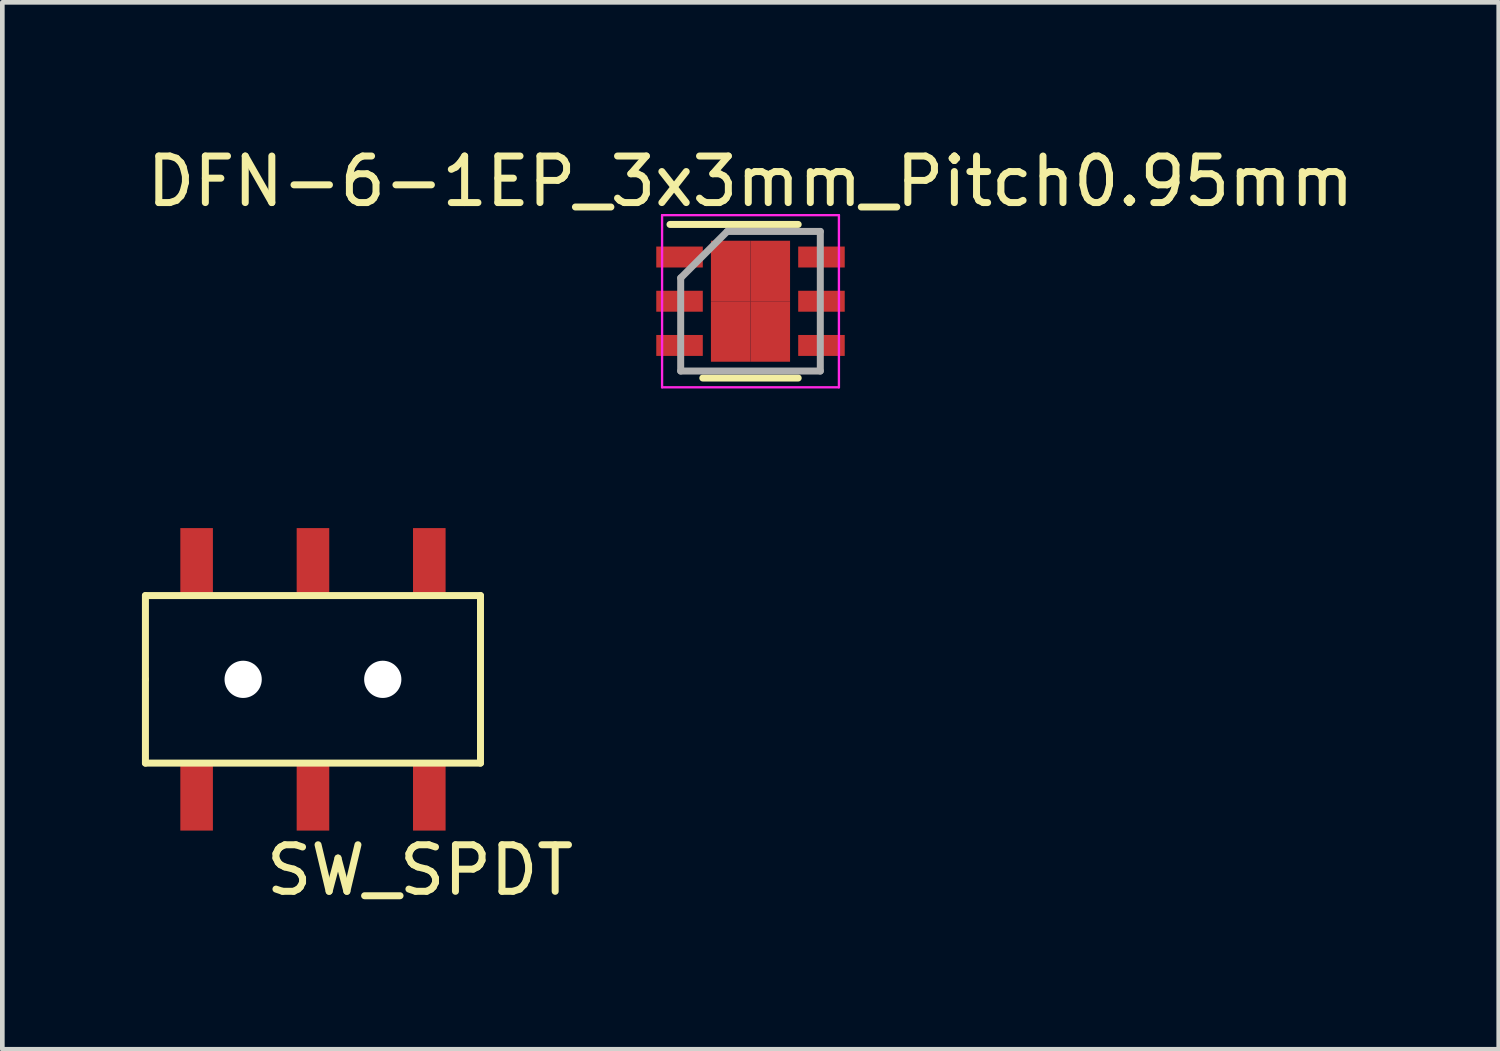
<source format=kicad_pcb>
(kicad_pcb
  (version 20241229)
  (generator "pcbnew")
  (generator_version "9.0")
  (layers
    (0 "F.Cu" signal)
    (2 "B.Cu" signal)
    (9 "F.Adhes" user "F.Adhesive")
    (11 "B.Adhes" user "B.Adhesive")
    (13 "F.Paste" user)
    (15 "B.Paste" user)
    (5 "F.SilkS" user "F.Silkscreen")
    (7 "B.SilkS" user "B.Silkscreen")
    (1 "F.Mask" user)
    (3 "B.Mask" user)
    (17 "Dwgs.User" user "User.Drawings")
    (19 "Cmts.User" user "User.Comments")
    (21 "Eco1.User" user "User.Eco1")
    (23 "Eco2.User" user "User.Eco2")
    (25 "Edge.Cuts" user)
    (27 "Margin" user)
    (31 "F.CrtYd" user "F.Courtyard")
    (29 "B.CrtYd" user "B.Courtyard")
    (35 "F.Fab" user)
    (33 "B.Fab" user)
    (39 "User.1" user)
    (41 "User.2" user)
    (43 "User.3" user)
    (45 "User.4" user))
  (footprint "SW_SPDT"
    (layer "F.Cu")
    (at 3.675 11.548)
    (property "Reference" "SW_SPDT" (at 2.3 4.1 0) (layer "F.SilkS") (effects (font (size 1 1) (thickness 0.15))))
    (attr through_hole)
    (fp_line (start -3.6 -1.8) (end 3.6 -1.8) (stroke (width 0.15) (type solid)) (layer "F.SilkS"))
    (fp_line (start -3.6 0) (end -3.6 -1.8) (stroke (width 0.15) (type solid)) (layer "F.SilkS"))
    (fp_line (start -3.6 1.8) (end -3.6 0) (stroke (width 0.15) (type solid)) (layer "F.SilkS"))
    (fp_line (start 3.6 -1.8) (end 3.6 1.8) (stroke (width 0.15) (type solid)) (layer "F.SilkS"))
    (fp_line (start 3.6 1.8) (end -3.6 1.8) (stroke (width 0.15) (type solid)) (layer "F.SilkS"))
    (pad "" np_thru_hole circle (at -1.5 0) (size 0.8 0.8) (drill 0.8) (layers "*.Cu" "*.Mask"))
    (pad "" np_thru_hole circle (at 1.5 0) (size 0.8 0.8) (drill 0.8) (layers "*.Cu" "*.Mask"))
    (pad "1" smd rect (at -2.5 -2.5) (size 0.7 1.5) (layers "F.Cu" "F.Mask" "F.Paste"))
    (pad "1" smd rect (at -2.5 2.5) (size 0.7 1.5) (layers "F.Cu" "F.Mask" "F.Paste"))
    (pad "2" smd rect (at 0 -2.5) (size 0.7 1.5) (layers "F.Cu" "F.Mask" "F.Paste"))
    (pad "2" smd rect (at 0 2.5) (size 0.7 1.5) (layers "F.Cu" "F.Mask" "F.Paste"))
    (pad "3" smd rect (at 2.5 -2.5) (size 0.7 1.5) (layers "F.Cu" "F.Mask" "F.Paste"))
    (pad "3" smd rect (at 2.5 2.5) (size 0.7 1.5) (layers "F.Cu" "F.Mask" "F.Paste")))
  (footprint "DFN-6-1EP_3x3mm_Pitch0.95mm"
    (layer "F.Cu")
    (at 13.077 3.423)
    (property "Reference" "DFN-6-1EP_3x3mm_Pitch0.95mm" (at 0 -2.575 0) (layer "F.SilkS") (effects (font (size 1 1) (thickness 0.15))))
    (attr smd)
    (fp_line (start -1.73 -1.65) (end 1.025 -1.65) (stroke (width 0.15) (type solid)) (layer "F.SilkS"))
    (fp_line (start -1.025 1.65) (end 1.025 1.65) (stroke (width 0.15) (type solid)) (layer "F.SilkS"))
    (fp_line (start -1.9 -1.85) (end -1.9 1.85) (stroke (width 0.05) (type solid)) (layer "F.CrtYd"))
    (fp_line (start -1.9 -1.85) (end 1.9 -1.85) (stroke (width 0.05) (type solid)) (layer "F.CrtYd"))
    (fp_line (start -1.9 1.85) (end 1.9 1.85) (stroke (width 0.05) (type solid)) (layer "F.CrtYd"))
    (fp_line (start 1.9 -1.85) (end 1.9 1.85) (stroke (width 0.05) (type solid)) (layer "F.CrtYd"))
    (fp_line (start -1.5 -0.5) (end -0.5 -1.5) (stroke (width 0.15) (type solid)) (layer "F.Fab"))
    (fp_line (start -1.5 1.5) (end -1.5 -0.5) (stroke (width 0.15) (type solid)) (layer "F.Fab"))
    (fp_line (start -0.5 -1.5) (end 1.5 -1.5) (stroke (width 0.15) (type solid)) (layer "F.Fab"))
    (fp_line (start 1.5 -1.5) (end 1.5 1.5) (stroke (width 0.15) (type solid)) (layer "F.Fab"))
    (fp_line (start 1.5 1.5) (end -1.5 1.5) (stroke (width 0.15) (type solid)) (layer "F.Fab"))
    (pad "1" smd rect (at -1.525 -0.95) (size 1 0.45) (layers "F.Cu" "F.Mask" "F.Paste"))
    (pad "2" smd rect (at -1.525 0) (size 1 0.45) (layers "F.Cu" "F.Mask" "F.Paste"))
    (pad "3" smd rect (at -1.525 0.95) (size 1 0.45) (layers "F.Cu" "F.Mask" "F.Paste"))
    (pad "4" smd rect (at 1.525 0.95) (size 1 0.45) (layers "F.Cu" "F.Mask" "F.Paste"))
    (pad "5" smd rect (at 1.525 0) (size 1 0.45) (layers "F.Cu" "F.Mask" "F.Paste"))
    (pad "6" smd rect (at 1.525 -0.95) (size 1 0.45) (layers "F.Cu" "F.Mask" "F.Paste"))
    (pad "7" smd rect (at -0.425 -0.65) (size 0.85 1.3) (layers "F.Cu" "F.Mask" "F.Paste"))
    (pad "7" smd rect (at -0.425 0.65) (size 0.85 1.3) (layers "F.Cu" "F.Mask" "F.Paste"))
    (pad "7" smd rect (at 0.425 -0.65) (size 0.85 1.3) (layers "F.Cu" "F.Mask" "F.Paste"))
    (pad "7" smd rect (at 0.425 0.65) (size 0.85 1.3) (layers "F.Cu" "F.Mask" "F.Paste")))
  (gr_rect
    (start -3 -3)
    (end 29.155 19.497)
    (stroke (width 0.1) (type default))
    (fill no)
    (layer "Edge.Cuts")))
</source>
